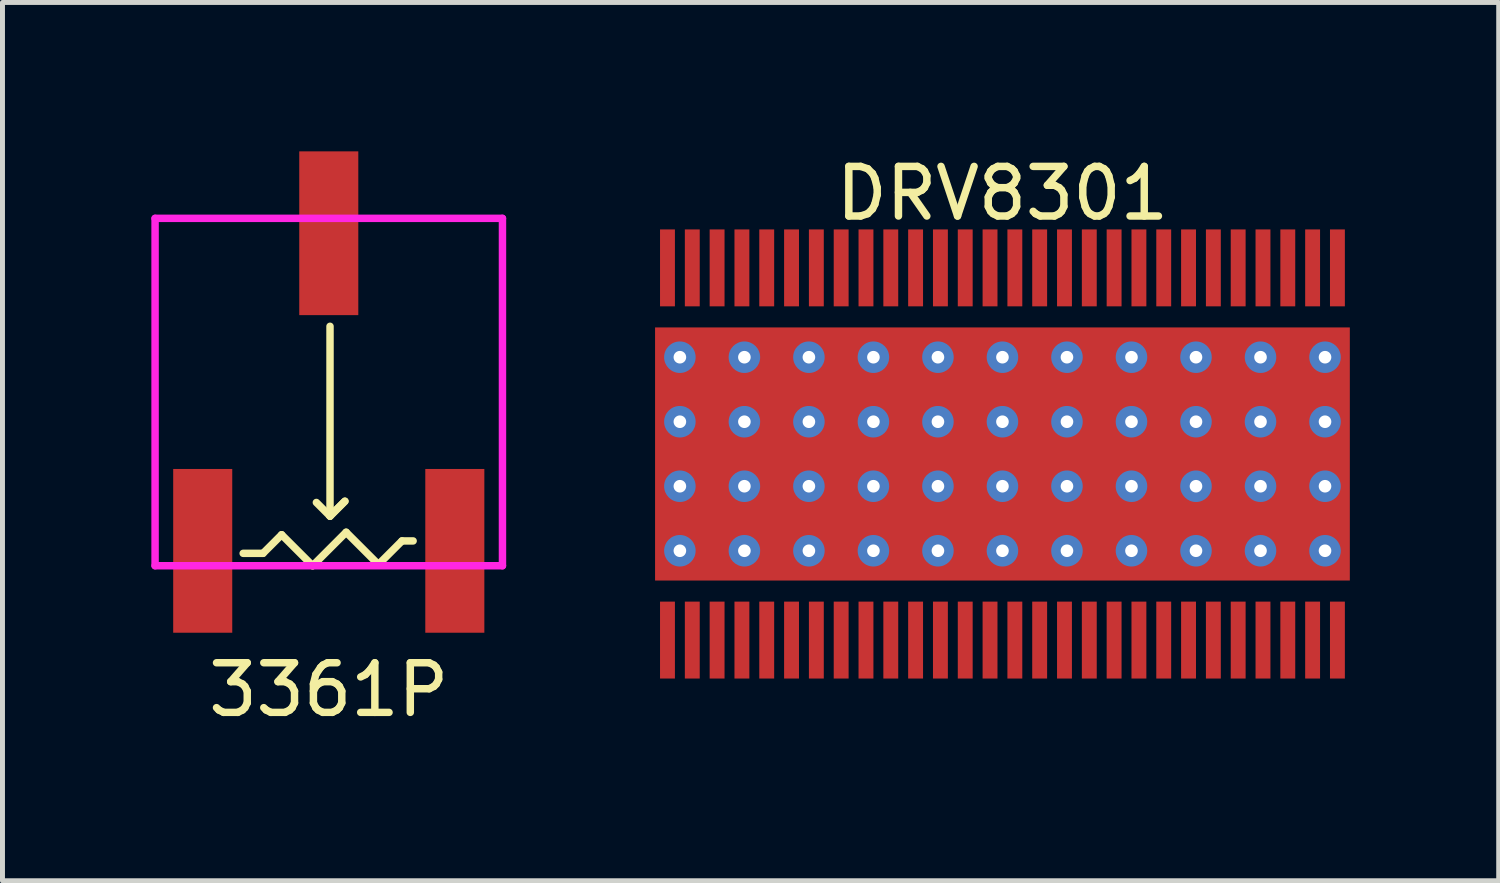
<source format=kicad_pcb>
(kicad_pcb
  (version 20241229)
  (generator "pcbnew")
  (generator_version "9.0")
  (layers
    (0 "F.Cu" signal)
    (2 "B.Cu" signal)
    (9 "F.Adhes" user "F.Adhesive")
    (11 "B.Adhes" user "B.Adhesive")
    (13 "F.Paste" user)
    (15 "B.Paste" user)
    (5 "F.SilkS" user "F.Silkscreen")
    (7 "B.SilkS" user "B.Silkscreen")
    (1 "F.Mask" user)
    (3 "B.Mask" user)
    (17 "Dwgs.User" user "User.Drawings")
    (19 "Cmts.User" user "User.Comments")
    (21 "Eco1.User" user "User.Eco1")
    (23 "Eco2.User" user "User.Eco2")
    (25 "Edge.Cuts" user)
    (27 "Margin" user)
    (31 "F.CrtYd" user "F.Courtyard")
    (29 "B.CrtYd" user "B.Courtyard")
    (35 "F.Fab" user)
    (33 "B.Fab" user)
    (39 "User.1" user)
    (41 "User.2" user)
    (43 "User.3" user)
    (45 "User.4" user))
  (footprint "DRV8301"
    (layer "F.Cu")
    (at 17.15 6.098)
    (property "Reference" "DRV8301" (at 0 -5.25 0) (layer "F.SilkS") (effects (font (size 1 1) (thickness 0.15))))
    (attr through_hole)
    (pad "" smd rect (at -1.6 -0.9) (size 2.7 1.4) (layers "F.Paste"))
    (pad "" smd rect (at -1.6 0.9) (size 2.7 1.4) (layers "F.Paste"))
    (pad "" smd rect (at 0 0) (size 6.35 3.61) (layers "F.Mask"))
    (pad "" smd rect (at 1.6 -0.9) (size 2.7 1.4) (layers "F.Paste"))
    (pad "" smd rect (at 1.6 0.9) (size 2.7 1.4) (layers "F.Paste"))
    (pad "1" smd rect (at -6.75 3.75) (size 0.3 1.55) (layers "F.Cu" "F.Mask" "F.Paste"))
    (pad "2" smd rect (at -6.25 3.75) (size 0.3 1.55) (layers "F.Cu" "F.Mask" "F.Paste"))
    (pad "3" smd rect (at -5.75 3.75) (size 0.3 1.55) (layers "F.Cu" "F.Mask" "F.Paste"))
    (pad "4" smd rect (at -5.25 3.75) (size 0.3 1.55) (layers "F.Cu" "F.Mask" "F.Paste"))
    (pad "5" smd rect (at -4.75 3.75) (size 0.3 1.55) (layers "F.Cu" "F.Mask" "F.Paste"))
    (pad "6" smd rect (at -4.25 3.75) (size 0.3 1.55) (layers "F.Cu" "F.Mask" "F.Paste"))
    (pad "7" smd rect (at -3.75 3.75) (size 0.3 1.55) (layers "F.Cu" "F.Mask" "F.Paste"))
    (pad "8" smd rect (at -3.25 3.75) (size 0.3 1.55) (layers "F.Cu" "F.Mask" "F.Paste"))
    (pad "9" smd rect (at -2.75 3.75) (size 0.3 1.55) (layers "F.Cu" "F.Mask" "F.Paste"))
    (pad "10" smd rect (at -2.25 3.75) (size 0.3 1.55) (layers "F.Cu" "F.Mask" "F.Paste"))
    (pad "11" smd rect (at -1.75 3.75) (size 0.3 1.55) (layers "F.Cu" "F.Mask" "F.Paste"))
    (pad "12" smd rect (at -1.25 3.75) (size 0.3 1.55) (layers "F.Cu" "F.Mask" "F.Paste"))
    (pad "13" smd rect (at -0.75 3.75) (size 0.3 1.55) (layers "F.Cu" "F.Mask" "F.Paste"))
    (pad "14" smd rect (at -0.25 3.75) (size 0.3 1.55) (layers "F.Cu" "F.Mask" "F.Paste"))
    (pad "15" smd rect (at 0.25 3.75) (size 0.3 1.55) (layers "F.Cu" "F.Mask" "F.Paste"))
    (pad "16" smd rect (at 0.75 3.75) (size 0.3 1.55) (layers "F.Cu" "F.Mask" "F.Paste"))
    (pad "17" smd rect (at 1.25 3.75) (size 0.3 1.55) (layers "F.Cu" "F.Mask" "F.Paste"))
    (pad "18" smd rect (at 1.75 3.75) (size 0.3 1.55) (layers "F.Cu" "F.Mask" "F.Paste"))
    (pad "19" smd rect (at 2.25 3.75) (size 0.3 1.55) (layers "F.Cu" "F.Mask" "F.Paste"))
    (pad "20" smd rect (at 2.75 3.75) (size 0.3 1.55) (layers "F.Cu" "F.Mask" "F.Paste"))
    (pad "21" smd rect (at 3.25 3.75) (size 0.3 1.55) (layers "F.Cu" "F.Mask" "F.Paste"))
    (pad "22" smd rect (at 3.75 3.75) (size 0.3 1.55) (layers "F.Cu" "F.Mask" "F.Paste"))
    (pad "23" smd rect (at 4.25 3.75) (size 0.3 1.55) (layers "F.Cu" "F.Mask" "F.Paste"))
    (pad "24" smd rect (at 4.75 3.75) (size 0.3 1.55) (layers "F.Cu" "F.Mask" "F.Paste"))
    (pad "25" smd rect (at 5.25 3.75) (size 0.3 1.55) (layers "F.Cu" "F.Mask" "F.Paste"))
    (pad "26" smd rect (at 5.75 3.75) (size 0.3 1.55) (layers "F.Cu" "F.Mask" "F.Paste"))
    (pad "27" smd rect (at 6.25 3.75) (size 0.3 1.55) (layers "F.Cu" "F.Mask" "F.Paste"))
    (pad "28" smd rect (at 6.75 3.75) (size 0.3 1.55) (layers "F.Cu" "F.Mask" "F.Paste"))
    (pad "29" smd rect (at 6.75 -3.75) (size 0.3 1.55) (layers "F.Cu" "F.Mask" "F.Paste"))
    (pad "30" smd rect (at 6.25 -3.75) (size 0.3 1.55) (layers "F.Cu" "F.Mask" "F.Paste"))
    (pad "31" smd rect (at 5.75 -3.75) (size 0.3 1.55) (layers "F.Cu" "F.Mask" "F.Paste"))
    (pad "32" smd rect (at 5.25 -3.75) (size 0.3 1.55) (layers "F.Cu" "F.Mask" "F.Paste"))
    (pad "33" smd rect (at 4.75 -3.75) (size 0.3 1.55) (layers "F.Cu" "F.Mask" "F.Paste"))
    (pad "34" smd rect (at 4.25 -3.75) (size 0.3 1.55) (layers "F.Cu" "F.Mask" "F.Paste"))
    (pad "35" smd rect (at 3.75 -3.75) (size 0.3 1.55) (layers "F.Cu" "F.Mask" "F.Paste"))
    (pad "36" smd rect (at 3.25 -3.75) (size 0.3 1.55) (layers "F.Cu" "F.Mask" "F.Paste"))
    (pad "37" smd rect (at 2.75 -3.75) (size 0.3 1.55) (layers "F.Cu" "F.Mask" "F.Paste"))
    (pad "38" smd rect (at 2.25 -3.75) (size 0.3 1.55) (layers "F.Cu" "F.Mask" "F.Paste"))
    (pad "39" smd rect (at 1.75 -3.75) (size 0.3 1.55) (layers "F.Cu" "F.Mask" "F.Paste"))
    (pad "40" smd rect (at 1.25 -3.75) (size 0.3 1.55) (layers "F.Cu" "F.Mask" "F.Paste"))
    (pad "41" smd rect (at 0.75 -3.75) (size 0.3 1.55) (layers "F.Cu" "F.Mask" "F.Paste"))
    (pad "42" smd rect (at 0.25 -3.75) (size 0.3 1.55) (layers "F.Cu" "F.Mask" "F.Paste"))
    (pad "43" smd rect (at -0.25 -3.75) (size 0.3 1.55) (layers "F.Cu" "F.Mask" "F.Paste"))
    (pad "44" smd rect (at -0.75 -3.75) (size 0.3 1.55) (layers "F.Cu" "F.Mask" "F.Paste"))
    (pad "45" smd rect (at -1.25 -3.75) (size 0.3 1.55) (layers "F.Cu" "F.Mask" "F.Paste"))
    (pad "46" smd rect (at -1.75 -3.75) (size 0.3 1.55) (layers "F.Cu" "F.Mask" "F.Paste"))
    (pad "47" smd rect (at -2.25 -3.75) (size 0.3 1.55) (layers "F.Cu" "F.Mask" "F.Paste"))
    (pad "48" smd rect (at -2.75 -3.75) (size 0.3 1.55) (layers "F.Cu" "F.Mask" "F.Paste"))
    (pad "49" smd rect (at -3.25 -3.75) (size 0.3 1.55) (layers "F.Cu" "F.Mask" "F.Paste"))
    (pad "50" smd rect (at -3.75 -3.75) (size 0.3 1.55) (layers "F.Cu" "F.Mask" "F.Paste"))
    (pad "51" smd rect (at -4.25 -3.75) (size 0.3 1.55) (layers "F.Cu" "F.Mask" "F.Paste"))
    (pad "52" smd rect (at -4.75 -3.75) (size 0.3 1.55) (layers "F.Cu" "F.Mask" "F.Paste"))
    (pad "53" smd rect (at -5.25 -3.75) (size 0.3 1.55) (layers "F.Cu" "F.Mask" "F.Paste"))
    (pad "54" smd rect (at -5.75 -3.75) (size 0.3 1.55) (layers "F.Cu" "F.Mask" "F.Paste"))
    (pad "55" smd rect (at -6.25 -3.75) (size 0.3 1.55) (layers "F.Cu" "F.Mask" "F.Paste"))
    (pad "56" smd rect (at -6.75 -3.75) (size 0.3 1.55) (layers "F.Cu" "F.Mask" "F.Paste"))
    (pad "57" thru_hole circle (at -6.5 -1.95) (size 0.635 0.635) (drill 0.254) (layers "*.Cu"))
    (pad "57" thru_hole circle (at -6.5 -0.65) (size 0.635 0.635) (drill 0.254) (layers "*.Cu"))
    (pad "57" thru_hole circle (at -6.5 0.65) (size 0.635 0.635) (drill 0.254) (layers "*.Cu"))
    (pad "57" thru_hole circle (at -6.5 1.95) (size 0.635 0.635) (drill 0.254) (layers "*.Cu"))
    (pad "57" thru_hole circle (at -5.2 -1.95) (size 0.635 0.635) (drill 0.254) (layers "*.Cu"))
    (pad "57" thru_hole circle (at -5.2 -0.65) (size 0.635 0.635) (drill 0.254) (layers "*.Cu"))
    (pad "57" thru_hole circle (at -5.2 0.65) (size 0.635 0.635) (drill 0.254) (layers "*.Cu"))
    (pad "57" thru_hole circle (at -5.2 1.95) (size 0.635 0.635) (drill 0.254) (layers "*.Cu"))
    (pad "57" thru_hole circle (at -3.9 -1.95) (size 0.635 0.635) (drill 0.254) (layers "*.Cu"))
    (pad "57" thru_hole circle (at -3.9 -0.65) (size 0.635 0.635) (drill 0.254) (layers "*.Cu"))
    (pad "57" thru_hole circle (at -3.9 0.65) (size 0.635 0.635) (drill 0.254) (layers "*.Cu"))
    (pad "57" thru_hole circle (at -3.9 1.95) (size 0.635 0.635) (drill 0.254) (layers "*.Cu"))
    (pad "57" thru_hole circle (at -2.6 -1.95) (size 0.635 0.635) (drill 0.254) (layers "*.Cu"))
    (pad "57" thru_hole circle (at -2.6 -0.65) (size 0.635 0.635) (drill 0.254) (layers "*.Cu"))
    (pad "57" thru_hole circle (at -2.6 0.65) (size 0.635 0.635) (drill 0.254) (layers "*.Cu"))
    (pad "57" thru_hole circle (at -2.6 1.95) (size 0.635 0.635) (drill 0.254) (layers "*.Cu"))
    (pad "57" thru_hole circle (at -1.3 -1.95) (size 0.635 0.635) (drill 0.254) (layers "*.Cu"))
    (pad "57" thru_hole circle (at -1.3 -0.65) (size 0.635 0.635) (drill 0.254) (layers "*.Cu"))
    (pad "57" thru_hole circle (at -1.3 0.65) (size 0.635 0.635) (drill 0.254) (layers "*.Cu"))
    (pad "57" thru_hole circle (at -1.3 1.95) (size 0.635 0.635) (drill 0.254) (layers "*.Cu"))
    (pad "57" thru_hole circle (at 0 -1.95) (size 0.635 0.635) (drill 0.254) (layers "*.Cu"))
    (pad "57" thru_hole circle (at 0 -0.65) (size 0.635 0.635) (drill 0.254) (layers "*.Cu"))
    (pad "57" smd rect (at 0 0) (size 14 5.1) (layers "F.Cu"))
    (pad "57" thru_hole circle (at 0 0.65) (size 0.635 0.635) (drill 0.254) (layers "*.Cu"))
    (pad "57" thru_hole circle (at 0 1.95) (size 0.635 0.635) (drill 0.254) (layers "*.Cu"))
    (pad "57" thru_hole circle (at 1.3 -1.95) (size 0.635 0.635) (drill 0.254) (layers "*.Cu"))
    (pad "57" thru_hole circle (at 1.3 -0.65) (size 0.635 0.635) (drill 0.254) (layers "*.Cu"))
    (pad "57" thru_hole circle (at 1.3 0.65) (size 0.635 0.635) (drill 0.254) (layers "*.Cu"))
    (pad "57" thru_hole circle (at 1.3 1.95) (size 0.635 0.635) (drill 0.254) (layers "*.Cu"))
    (pad "57" thru_hole circle (at 2.6 -1.95) (size 0.635 0.635) (drill 0.254) (layers "*.Cu"))
    (pad "57" thru_hole circle (at 2.6 -0.65) (size 0.635 0.635) (drill 0.254) (layers "*.Cu"))
    (pad "57" thru_hole circle (at 2.6 0.65) (size 0.635 0.635) (drill 0.254) (layers "*.Cu"))
    (pad "57" thru_hole circle (at 2.6 1.95) (size 0.635 0.635) (drill 0.254) (layers "*.Cu"))
    (pad "57" thru_hole circle (at 3.9 -1.95) (size 0.635 0.635) (drill 0.254) (layers "*.Cu"))
    (pad "57" thru_hole circle (at 3.9 -0.65) (size 0.635 0.635) (drill 0.254) (layers "*.Cu"))
    (pad "57" thru_hole circle (at 3.9 0.65) (size 0.635 0.635) (drill 0.254) (layers "*.Cu"))
    (pad "57" thru_hole circle (at 3.9 1.95) (size 0.635 0.635) (drill 0.254) (layers "*.Cu"))
    (pad "57" thru_hole circle (at 5.2 -1.95) (size 0.635 0.635) (drill 0.254) (layers "*.Cu"))
    (pad "57" thru_hole circle (at 5.2 -0.65) (size 0.635 0.635) (drill 0.254) (layers "*.Cu"))
    (pad "57" thru_hole circle (at 5.2 0.65) (size 0.635 0.635) (drill 0.254) (layers "*.Cu"))
    (pad "57" thru_hole circle (at 5.2 1.95) (size 0.635 0.635) (drill 0.254) (layers "*.Cu"))
    (pad "57" thru_hole circle (at 6.5 -1.95) (size 0.635 0.635) (drill 0.254) (layers "*.Cu"))
    (pad "57" thru_hole circle (at 6.5 -0.65) (size 0.635 0.635) (drill 0.254) (layers "*.Cu"))
    (pad "57" thru_hole circle (at 6.5 0.65) (size 0.635 0.635) (drill 0.254) (layers "*.Cu"))
    (pad "57" thru_hole circle (at 6.5 1.95) (size 0.635 0.635) (drill 0.254) (layers "*.Cu")))
  (footprint "3361P"
    (layer "F.Cu")
    (at 3.575 4.85)
    (property "Reference" "3361P" (at 0 6 0) (layer "F.SilkS") (effects (font (size 1 1) (thickness 0.15))))
    (attr through_hole)
    (fp_line (start -1.725 3.25) (end -1.325 3.25) (stroke (width 0.15) (type solid)) (layer "F.SilkS"))
    (fp_line (start -1.325 3.25) (end -0.95 2.875) (stroke (width 0.15) (type solid)) (layer "F.SilkS"))
    (fp_line (start -0.95 2.875) (end -0.325 3.5) (stroke (width 0.15) (type solid)) (layer "F.SilkS"))
    (fp_line (start -0.325 3.5) (end 0.35 2.825) (stroke (width 0.15) (type solid)) (layer "F.SilkS"))
    (fp_line (start 0.025 -1.325) (end 0.025 2.5) (stroke (width 0.15) (type solid)) (layer "F.SilkS"))
    (fp_line (start 0.025 2.5) (end -0.25 2.225) (stroke (width 0.15) (type solid)) (layer "F.SilkS"))
    (fp_line (start 0.025 2.5) (end 0.325 2.2) (stroke (width 0.15) (type solid)) (layer "F.SilkS"))
    (fp_line (start 0.325 2.2) (end 0.025 2.5) (stroke (width 0.15) (type solid)) (layer "F.SilkS"))
    (fp_line (start 0.35 2.825) (end 1 3.475) (stroke (width 0.15) (type solid)) (layer "F.SilkS"))
    (fp_line (start 1 3.475) (end 1.475 3) (stroke (width 0.15) (type solid)) (layer "F.SilkS"))
    (fp_line (start 1.475 3) (end 1.7 3) (stroke (width 0.15) (type solid)) (layer "F.SilkS"))
    (fp_line (start -3.5 -3.5) (end -3.5 3.5) (stroke (width 0.15) (type solid)) (layer "F.CrtYd"))
    (fp_line (start 3.5 -3.5) (end -3.5 -3.5) (stroke (width 0.15) (type solid)) (layer "F.CrtYd"))
    (fp_line (start 3.5 -3.5) (end 3.5 3.5) (stroke (width 0.15) (type solid)) (layer "F.CrtYd"))
    (fp_line (start 3.5 3.5) (end -3.5 3.5) (stroke (width 0.15) (type solid)) (layer "F.CrtYd"))
    (pad "1" smd rect (at -2.54 3.2) (size 1.19 3.3) (layers "F.Cu" "F.Mask" "F.Paste"))
    (pad "2" smd rect (at 0 -3.2) (size 1.19 3.3) (layers "F.Cu" "F.Mask" "F.Paste"))
    (pad "3" smd rect (at 2.54 3.2) (size 1.19 3.3) (layers "F.Cu" "F.Mask" "F.Paste")))
  (gr_rect
    (start -3 -3)
    (end 27.15 14.698)
    (stroke (width 0.1) (type default))
    (fill no)
    (layer "Edge.Cuts")))
</source>
